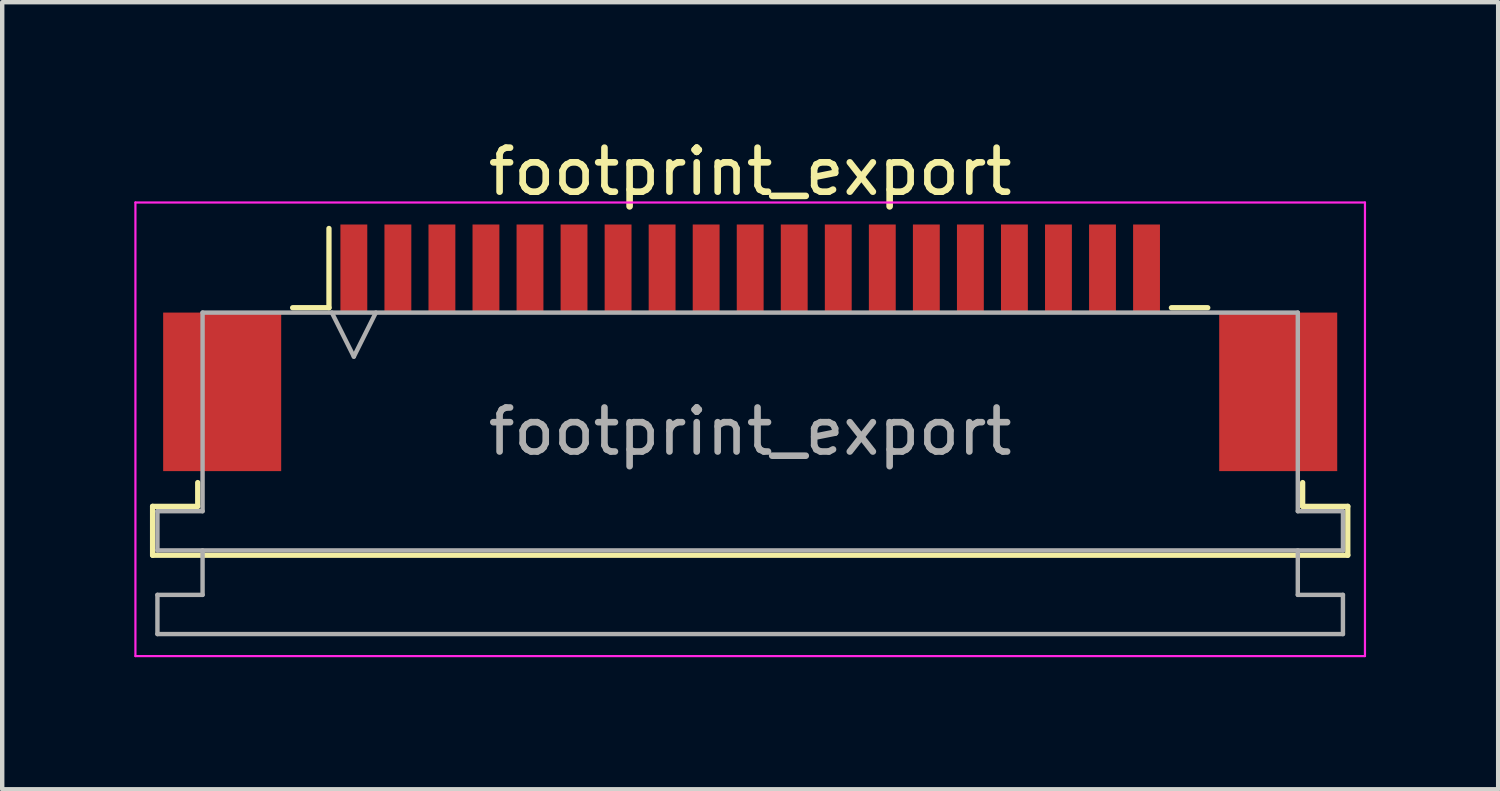
<source format=kicad_pcb>
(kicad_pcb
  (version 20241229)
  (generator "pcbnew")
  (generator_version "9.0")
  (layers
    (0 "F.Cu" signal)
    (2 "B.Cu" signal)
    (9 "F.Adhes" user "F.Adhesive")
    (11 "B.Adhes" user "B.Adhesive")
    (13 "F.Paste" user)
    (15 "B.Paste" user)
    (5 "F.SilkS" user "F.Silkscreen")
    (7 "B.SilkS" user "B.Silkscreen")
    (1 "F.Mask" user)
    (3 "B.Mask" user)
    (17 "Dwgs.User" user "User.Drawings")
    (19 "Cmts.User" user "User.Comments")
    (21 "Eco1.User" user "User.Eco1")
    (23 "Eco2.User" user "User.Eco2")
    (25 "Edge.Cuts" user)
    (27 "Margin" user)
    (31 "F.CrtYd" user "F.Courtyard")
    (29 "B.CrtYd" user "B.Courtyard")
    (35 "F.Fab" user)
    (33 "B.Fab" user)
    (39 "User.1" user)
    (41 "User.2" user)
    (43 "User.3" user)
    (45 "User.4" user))
  (footprint "footprint_export"
    (layer "F.Cu")
    (at 13.985 4.848)
    (property "Reference" "footprint_export" (at 0 -4 0) (layer "F.SilkS") (effects (font (size 1 1) (thickness 0.15))))
    (attr smd)
    (fp_line (start -13.57 3.6) (end -12.545 3.6) (stroke (width 0.12) (type solid)) (layer "F.SilkS"))
    (fp_line (start -13.57 4.71) (end -13.57 3.6) (stroke (width 0.12) (type solid)) (layer "F.SilkS"))
    (fp_line (start -12.545 3.6) (end -12.545 3.06) (stroke (width 0.12) (type solid)) (layer "F.SilkS"))
    (fp_line (start -10.39 -0.91) (end -9.565 -0.91) (stroke (width 0.12) (type solid)) (layer "F.SilkS"))
    (fp_line (start -9.565 -0.91) (end -9.565 -2.71) (stroke (width 0.12) (type solid)) (layer "F.SilkS"))
    (fp_line (start 9.565 -0.91) (end 10.39 -0.91) (stroke (width 0.12) (type solid)) (layer "F.SilkS"))
    (fp_line (start 12.545 3.06) (end 12.545 3.6) (stroke (width 0.12) (type solid)) (layer "F.SilkS"))
    (fp_line (start 12.545 3.6) (end 13.57 3.6) (stroke (width 0.12) (type solid)) (layer "F.SilkS"))
    (fp_line (start 13.57 3.6) (end 13.57 4.71) (stroke (width 0.12) (type solid)) (layer "F.SilkS"))
    (fp_line (start 13.57 4.71) (end -13.57 4.71) (stroke (width 0.12) (type solid)) (layer "F.SilkS"))
    (fp_line (start -13.96 -3.3) (end -13.96 7) (stroke (width 0.05) (type solid)) (layer "F.CrtYd"))
    (fp_line (start -13.96 7) (end 13.96 7) (stroke (width 0.05) (type solid)) (layer "F.CrtYd"))
    (fp_line (start 13.96 -3.3) (end -13.96 -3.3) (stroke (width 0.05) (type solid)) (layer "F.CrtYd"))
    (fp_line (start 13.96 7) (end 13.96 -3.3) (stroke (width 0.05) (type solid)) (layer "F.CrtYd"))
    (fp_line (start -13.46 3.71) (end -12.435 3.71) (stroke (width 0.1) (type solid)) (layer "F.Fab"))
    (fp_line (start -13.46 4.6) (end -13.46 3.71) (stroke (width 0.1) (type solid)) (layer "F.Fab"))
    (fp_line (start -13.46 5.61) (end -12.435 5.61) (stroke (width 0.1) (type solid)) (layer "F.Fab"))
    (fp_line (start -13.46 6.5) (end -13.46 5.61) (stroke (width 0.1) (type solid)) (layer "F.Fab"))
    (fp_line (start -12.435 -0.8) (end 12.435 -0.8) (stroke (width 0.1) (type solid)) (layer "F.Fab"))
    (fp_line (start -12.435 3.71) (end -12.435 -0.8) (stroke (width 0.1) (type solid)) (layer "F.Fab"))
    (fp_line (start -12.435 5.61) (end -12.435 4.6) (stroke (width 0.1) (type solid)) (layer "F.Fab"))
    (fp_line (start -9.5 -0.8) (end -9 0.2) (stroke (width 0.1) (type solid)) (layer "F.Fab"))
    (fp_line (start -9 0.2) (end -8.5 -0.8) (stroke (width 0.1) (type solid)) (layer "F.Fab"))
    (fp_line (start 12.435 -0.8) (end 12.435 3.71) (stroke (width 0.1) (type solid)) (layer "F.Fab"))
    (fp_line (start 12.435 3.71) (end 13.46 3.71) (stroke (width 0.1) (type solid)) (layer "F.Fab"))
    (fp_line (start 12.435 4.6) (end 12.435 5.61) (stroke (width 0.1) (type solid)) (layer "F.Fab"))
    (fp_line (start 12.435 5.61) (end 13.46 5.61) (stroke (width 0.1) (type solid)) (layer "F.Fab"))
    (fp_line (start 13.46 3.71) (end 13.46 4.6) (stroke (width 0.1) (type solid)) (layer "F.Fab"))
    (fp_line (start 13.46 4.6) (end -13.46 4.6) (stroke (width 0.1) (type solid)) (layer "F.Fab"))
    (fp_line (start 13.46 5.61) (end 13.46 6.5) (stroke (width 0.1) (type solid)) (layer "F.Fab"))
    (fp_line (start 13.46 6.5) (end -13.46 6.5) (stroke (width 0.1) (type solid)) (layer "F.Fab"))
    (fp_text user "${REFERENCE}" (at 0 1.9 0) (layer "F.Fab") (effects (font (size 1 1) (thickness 0.15))))
    (pad "1" smd rect (at -9 -1.8) (size 0.61 2) (layers "F.Cu" "F.Mask" "F.Paste"))
    (pad "2" smd rect (at -8 -1.8) (size 0.61 2) (layers "F.Cu" "F.Mask" "F.Paste"))
    (pad "3" smd rect (at -7 -1.8) (size 0.61 2) (layers "F.Cu" "F.Mask" "F.Paste"))
    (pad "4" smd rect (at -6 -1.8) (size 0.61 2) (layers "F.Cu" "F.Mask" "F.Paste"))
    (pad "5" smd rect (at -5 -1.8) (size 0.61 2) (layers "F.Cu" "F.Mask" "F.Paste"))
    (pad "6" smd rect (at -4 -1.8) (size 0.61 2) (layers "F.Cu" "F.Mask" "F.Paste"))
    (pad "7" smd rect (at -3 -1.8) (size 0.61 2) (layers "F.Cu" "F.Mask" "F.Paste"))
    (pad "8" smd rect (at -2 -1.8) (size 0.61 2) (layers "F.Cu" "F.Mask" "F.Paste"))
    (pad "9" smd rect (at -1 -1.8) (size 0.61 2) (layers "F.Cu" "F.Mask" "F.Paste"))
    (pad "10" smd rect (at 0 -1.8) (size 0.61 2) (layers "F.Cu" "F.Mask" "F.Paste"))
    (pad "11" smd rect (at 1 -1.8) (size 0.61 2) (layers "F.Cu" "F.Mask" "F.Paste"))
    (pad "12" smd rect (at 2 -1.8) (size 0.61 2) (layers "F.Cu" "F.Mask" "F.Paste"))
    (pad "13" smd rect (at 3 -1.8) (size 0.61 2) (layers "F.Cu" "F.Mask" "F.Paste"))
    (pad "14" smd rect (at 4 -1.8) (size 0.61 2) (layers "F.Cu" "F.Mask" "F.Paste"))
    (pad "15" smd rect (at 5 -1.8) (size 0.61 2) (layers "F.Cu" "F.Mask" "F.Paste"))
    (pad "16" smd rect (at 6 -1.8) (size 0.61 2) (layers "F.Cu" "F.Mask" "F.Paste"))
    (pad "17" smd rect (at 7 -1.8) (size 0.61 2) (layers "F.Cu" "F.Mask" "F.Paste"))
    (pad "18" smd rect (at 8 -1.8) (size 0.61 2) (layers "F.Cu" "F.Mask" "F.Paste"))
    (pad "19" smd rect (at 9 -1.8) (size 0.61 2) (layers "F.Cu" "F.Mask" "F.Paste"))
    (pad "MP" smd rect (at -11.99 1) (size 2.68 3.6) (layers "F.Cu" "F.Mask" "F.Paste"))
    (pad "MP" smd rect (at 11.99 1) (size 2.68 3.6) (layers "F.Cu" "F.Mask" "F.Paste")))
  (gr_rect
    (start -3 -3)
    (end 30.97 14.873)
    (stroke (width 0.1) (type default))
    (fill no)
    (layer "Edge.Cuts")))
</source>
